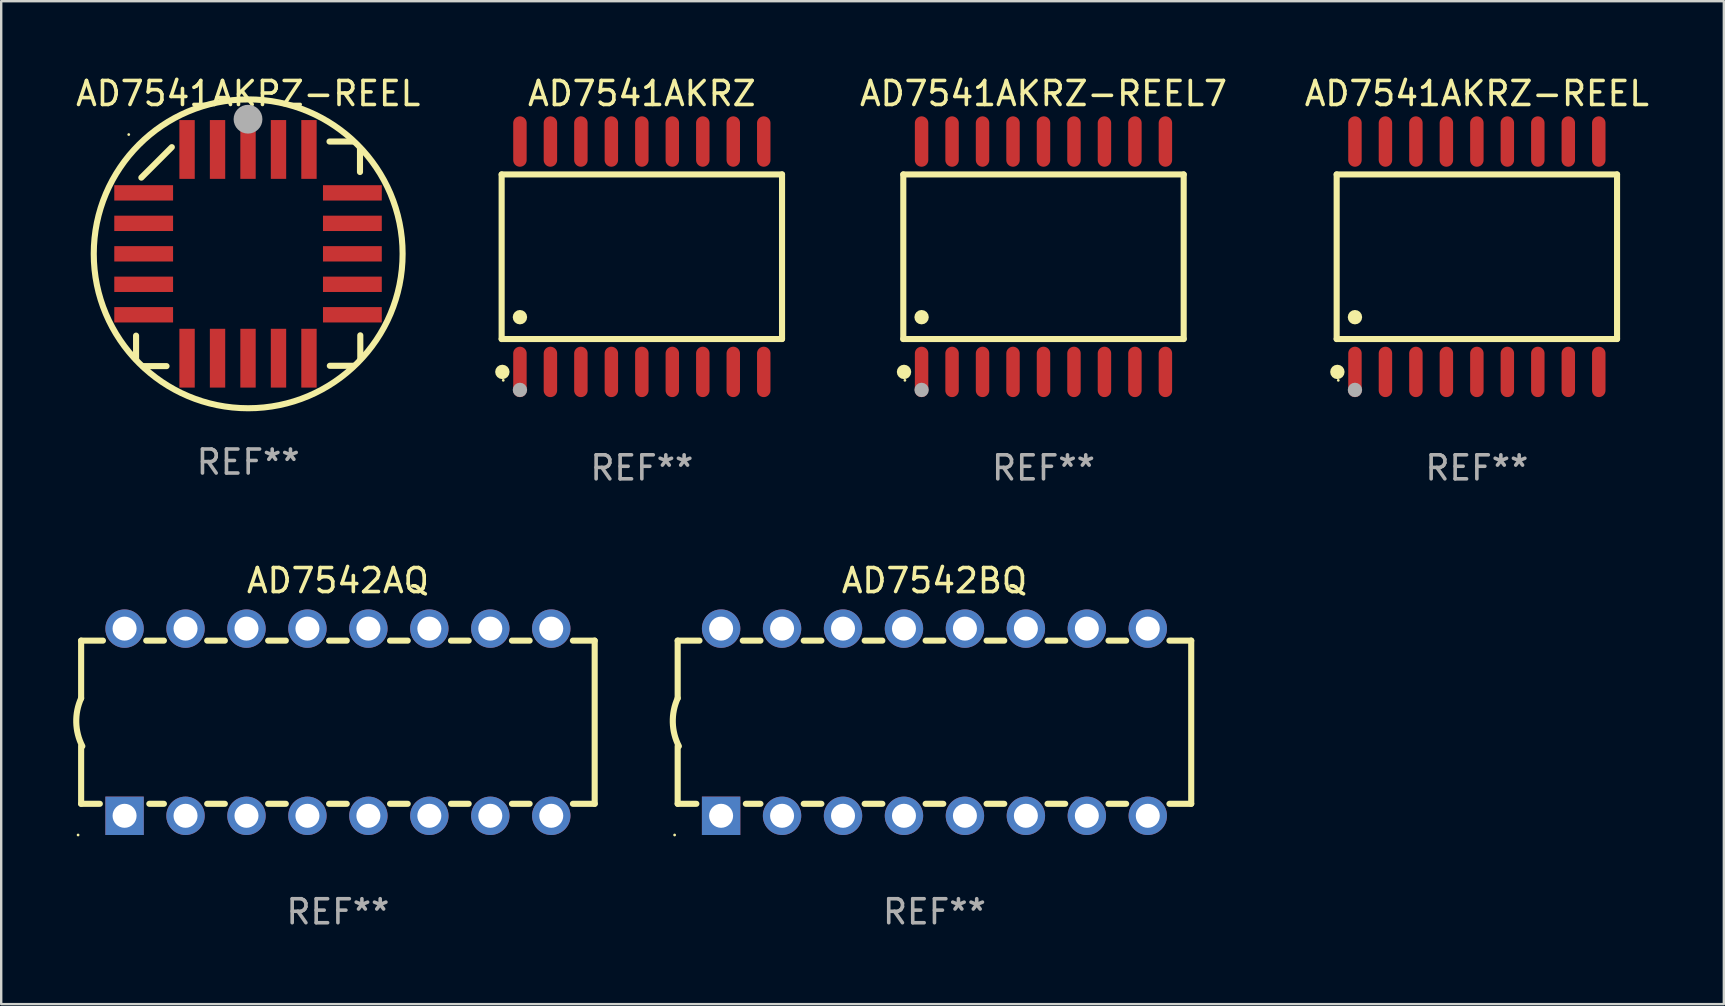
<source format=kicad_pcb>
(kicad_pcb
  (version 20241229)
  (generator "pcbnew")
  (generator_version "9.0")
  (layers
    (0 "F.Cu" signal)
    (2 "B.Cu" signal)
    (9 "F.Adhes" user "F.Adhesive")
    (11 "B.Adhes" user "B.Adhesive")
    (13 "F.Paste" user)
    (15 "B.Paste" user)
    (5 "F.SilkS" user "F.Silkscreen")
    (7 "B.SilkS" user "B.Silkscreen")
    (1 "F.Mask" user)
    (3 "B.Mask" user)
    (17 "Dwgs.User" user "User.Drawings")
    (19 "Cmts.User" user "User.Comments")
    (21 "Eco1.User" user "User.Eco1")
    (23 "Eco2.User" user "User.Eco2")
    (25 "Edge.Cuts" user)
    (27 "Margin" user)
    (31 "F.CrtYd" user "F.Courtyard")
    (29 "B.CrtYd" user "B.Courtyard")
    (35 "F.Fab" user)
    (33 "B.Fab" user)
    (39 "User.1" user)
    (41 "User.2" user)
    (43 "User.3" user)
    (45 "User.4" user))
  (footprint "AD7541AKRZ-REEL"
    (layer "F.Cu")
    (at 58.492 7.648)
    (property "Reference" "AD7541AKRZ-REEL" (at 0 -6.8 0) (layer "F.SilkS") (effects (font (size 1 1) (thickness 0.15))))
    (attr through_hole)
    (fp_line (start -5.842 -3.429) (end -5.842 3.429) (stroke (width 0.254) (type solid)) (layer "F.SilkS"))
    (fp_line (start -5.842 3.429) (end 5.842 3.429) (stroke (width 0.254) (type solid)) (layer "F.SilkS"))
    (fp_line (start 5.842 -3.429) (end -5.842 -3.429) (stroke (width 0.254) (type solid)) (layer "F.SilkS"))
    (fp_line (start 5.842 3.429) (end 5.842 -3.429) (stroke (width 0.254) (type solid)) (layer "F.SilkS"))
    (fp_circle (center -5.812 4.8) (end -5.662 4.8) (stroke (width 0.3) (type solid)) (fill no) (layer "F.SilkS"))
    (fp_circle (center -5.775 5.15) (end -5.745 5.15) (stroke (width 0.06) (type solid)) (fill no) (layer "F.SilkS"))
    (fp_circle (center -5.08 2.519) (end -4.93 2.519) (stroke (width 0.3) (type solid)) (fill no) (layer "F.SilkS"))
    (fp_circle (center -5.08 5.55) (end -4.93 5.55) (stroke (width 0.3) (type solid)) (fill no) (layer "F.Fab"))
    (fp_text user "REF**" (at 0 8.8 0) (layer "F.Fab") (effects (font (size 1 1) (thickness 0.15))))
    (pad "1" smd oval (at -5.08 4.8) (size 0.56 2.1) (layers "F.Cu" "F.Mask" "F.Paste"))
    (pad "2" smd oval (at -3.81 4.8) (size 0.56 2.1) (layers "F.Cu" "F.Mask" "F.Paste"))
    (pad "3" smd oval (at -2.54 4.8) (size 0.56 2.1) (layers "F.Cu" "F.Mask" "F.Paste"))
    (pad "4" smd oval (at -1.27 4.8) (size 0.56 2.1) (layers "F.Cu" "F.Mask" "F.Paste"))
    (pad "5" smd oval (at 0 4.8) (size 0.56 2.1) (layers "F.Cu" "F.Mask" "F.Paste"))
    (pad "6" smd oval (at 1.27 4.8) (size 0.56 2.1) (layers "F.Cu" "F.Mask" "F.Paste"))
    (pad "7" smd oval (at 2.54 4.8) (size 0.56 2.1) (layers "F.Cu" "F.Mask" "F.Paste"))
    (pad "8" smd oval (at 3.81 4.8) (size 0.56 2.1) (layers "F.Cu" "F.Mask" "F.Paste"))
    (pad "9" smd oval (at 5.08 4.8) (size 0.56 2.1) (layers "F.Cu" "F.Mask" "F.Paste"))
    (pad "10" smd oval (at 5.08 -4.8) (size 0.56 2.1) (layers "F.Cu" "F.Mask" "F.Paste"))
    (pad "11" smd oval (at 3.81 -4.8) (size 0.56 2.1) (layers "F.Cu" "F.Mask" "F.Paste"))
    (pad "12" smd oval (at 2.54 -4.8) (size 0.56 2.1) (layers "F.Cu" "F.Mask" "F.Paste"))
    (pad "13" smd oval (at 1.27 -4.8) (size 0.56 2.1) (layers "F.Cu" "F.Mask" "F.Paste"))
    (pad "14" smd oval (at 0 -4.8) (size 0.56 2.1) (layers "F.Cu" "F.Mask" "F.Paste"))
    (pad "15" smd oval (at -1.27 -4.8) (size 0.56 2.1) (layers "F.Cu" "F.Mask" "F.Paste"))
    (pad "16" smd oval (at -2.54 -4.8) (size 0.56 2.1) (layers "F.Cu" "F.Mask" "F.Paste"))
    (pad "17" smd oval (at -3.81 -4.8) (size 0.56 2.1) (layers "F.Cu" "F.Mask" "F.Paste"))
    (pad "18" smd oval (at -5.08 -4.8) (size 0.56 2.1) (layers "F.Cu" "F.Mask" "F.Paste")))
  (footprint "AD7541AKRZ-REEL7"
    (layer "F.Cu")
    (at 40.433 7.648)
    (property "Reference" "AD7541AKRZ-REEL7" (at 0 -6.8 0) (layer "F.SilkS") (effects (font (size 1 1) (thickness 0.15))))
    (attr through_hole)
    (fp_line (start -5.842 -3.429) (end -5.842 3.429) (stroke (width 0.254) (type solid)) (layer "F.SilkS"))
    (fp_line (start -5.842 3.429) (end 5.842 3.429) (stroke (width 0.254) (type solid)) (layer "F.SilkS"))
    (fp_line (start 5.842 -3.429) (end -5.842 -3.429) (stroke (width 0.254) (type solid)) (layer "F.SilkS"))
    (fp_line (start 5.842 3.429) (end 5.842 -3.429) (stroke (width 0.254) (type solid)) (layer "F.SilkS"))
    (fp_circle (center -5.812 4.8) (end -5.662 4.8) (stroke (width 0.3) (type solid)) (fill no) (layer "F.SilkS"))
    (fp_circle (center -5.775 5.15) (end -5.745 5.15) (stroke (width 0.06) (type solid)) (fill no) (layer "F.SilkS"))
    (fp_circle (center -5.08 2.519) (end -4.93 2.519) (stroke (width 0.3) (type solid)) (fill no) (layer "F.SilkS"))
    (fp_circle (center -5.08 5.55) (end -4.93 5.55) (stroke (width 0.3) (type solid)) (fill no) (layer "F.Fab"))
    (fp_text user "REF**" (at 0 8.8 0) (layer "F.Fab") (effects (font (size 1 1) (thickness 0.15))))
    (pad "1" smd oval (at -5.08 4.8) (size 0.56 2.1) (layers "F.Cu" "F.Mask" "F.Paste"))
    (pad "2" smd oval (at -3.81 4.8) (size 0.56 2.1) (layers "F.Cu" "F.Mask" "F.Paste"))
    (pad "3" smd oval (at -2.54 4.8) (size 0.56 2.1) (layers "F.Cu" "F.Mask" "F.Paste"))
    (pad "4" smd oval (at -1.27 4.8) (size 0.56 2.1) (layers "F.Cu" "F.Mask" "F.Paste"))
    (pad "5" smd oval (at 0 4.8) (size 0.56 2.1) (layers "F.Cu" "F.Mask" "F.Paste"))
    (pad "6" smd oval (at 1.27 4.8) (size 0.56 2.1) (layers "F.Cu" "F.Mask" "F.Paste"))
    (pad "7" smd oval (at 2.54 4.8) (size 0.56 2.1) (layers "F.Cu" "F.Mask" "F.Paste"))
    (pad "8" smd oval (at 3.81 4.8) (size 0.56 2.1) (layers "F.Cu" "F.Mask" "F.Paste"))
    (pad "9" smd oval (at 5.08 4.8) (size 0.56 2.1) (layers "F.Cu" "F.Mask" "F.Paste"))
    (pad "10" smd oval (at 5.08 -4.8) (size 0.56 2.1) (layers "F.Cu" "F.Mask" "F.Paste"))
    (pad "11" smd oval (at 3.81 -4.8) (size 0.56 2.1) (layers "F.Cu" "F.Mask" "F.Paste"))
    (pad "12" smd oval (at 2.54 -4.8) (size 0.56 2.1) (layers "F.Cu" "F.Mask" "F.Paste"))
    (pad "13" smd oval (at 1.27 -4.8) (size 0.56 2.1) (layers "F.Cu" "F.Mask" "F.Paste"))
    (pad "14" smd oval (at 0 -4.8) (size 0.56 2.1) (layers "F.Cu" "F.Mask" "F.Paste"))
    (pad "15" smd oval (at -1.27 -4.8) (size 0.56 2.1) (layers "F.Cu" "F.Mask" "F.Paste"))
    (pad "16" smd oval (at -2.54 -4.8) (size 0.56 2.1) (layers "F.Cu" "F.Mask" "F.Paste"))
    (pad "17" smd oval (at -3.81 -4.8) (size 0.56 2.1) (layers "F.Cu" "F.Mask" "F.Paste"))
    (pad "18" smd oval (at -5.08 -4.8) (size 0.56 2.1) (layers "F.Cu" "F.Mask" "F.Paste")))
  (footprint "AD7542BQ"
    (layer "F.Cu")
    (at 35.889 27.045)
    (property "Reference" "AD7542BQ" (at 0 -5.9 0) (layer "F.SilkS") (effects (font (size 1 1) (thickness 0.15))))
    (attr through_hole)
    (fp_line (start -10.7 -3.4) (end -9.791 -3.4) (stroke (width 0.254) (type solid)) (layer "F.SilkS"))
    (fp_line (start -10.7 -0.998) (end -10.7 -3.4) (stroke (width 0.254) (type solid)) (layer "F.SilkS"))
    (fp_line (start -10.7 3.4) (end -10.7 1) (stroke (width 0.254) (type solid)) (layer "F.SilkS"))
    (fp_line (start -10.7 3.4) (end -9.921 3.4) (stroke (width 0.254) (type solid)) (layer "F.SilkS"))
    (fp_line (start -7.988 -3.4) (end -7.251 -3.4) (stroke (width 0.254) (type solid)) (layer "F.SilkS"))
    (fp_line (start -7.859 3.4) (end -7.251 3.4) (stroke (width 0.254) (type solid)) (layer "F.SilkS"))
    (fp_line (start -5.448 -3.4) (end -4.711 -3.4) (stroke (width 0.254) (type solid)) (layer "F.SilkS"))
    (fp_line (start -5.448 3.4) (end -4.711 3.4) (stroke (width 0.254) (type solid)) (layer "F.SilkS"))
    (fp_line (start -2.908 -3.4) (end -2.171 -3.4) (stroke (width 0.254) (type solid)) (layer "F.SilkS"))
    (fp_line (start -2.908 3.4) (end -2.171 3.4) (stroke (width 0.254) (type solid)) (layer "F.SilkS"))
    (fp_line (start -0.368 -3.4) (end 0.369 -3.4) (stroke (width 0.254) (type solid)) (layer "F.SilkS"))
    (fp_line (start -0.368 3.4) (end 0.369 3.4) (stroke (width 0.254) (type solid)) (layer "F.SilkS"))
    (fp_line (start 2.172 -3.4) (end 2.909 -3.4) (stroke (width 0.254) (type solid)) (layer "F.SilkS"))
    (fp_line (start 2.172 3.4) (end 2.909 3.4) (stroke (width 0.254) (type solid)) (layer "F.SilkS"))
    (fp_line (start 4.712 -3.4) (end 5.449 -3.4) (stroke (width 0.254) (type solid)) (layer "F.SilkS"))
    (fp_line (start 4.712 3.4) (end 5.449 3.4) (stroke (width 0.254) (type solid)) (layer "F.SilkS"))
    (fp_line (start 7.252 -3.4) (end 7.989 -3.4) (stroke (width 0.254) (type solid)) (layer "F.SilkS"))
    (fp_line (start 7.252 3.4) (end 7.989 3.4) (stroke (width 0.254) (type solid)) (layer "F.SilkS"))
    (fp_line (start 9.792 -3.4) (end 10.7 -3.4) (stroke (width 0.254) (type solid)) (layer "F.SilkS"))
    (fp_line (start 9.792 3.4) (end 10.7 3.4) (stroke (width 0.254) (type solid)) (layer "F.SilkS"))
    (fp_line (start 10.7 3.4) (end 10.7 -3.4) (stroke (width 0.254) (type solid)) (layer "F.SilkS"))
    (fp_arc (start -10.649962 0.99995) (mid -10.90314 0.005668) (end -10.699975 -1.000025) (stroke (width 0.254001) (type solid)) (layer "F.SilkS"))
    (fp_circle (center -10.827 4.7) (end -10.797 4.7) (stroke (width 0.06) (type solid)) (fill no) (layer "F.SilkS"))
    (fp_text user "REF**" (at 0 7.9 0) (layer "F.Fab") (effects (font (size 1 1) (thickness 0.15))))
    (pad "1" thru_hole rect (at -8.89 3.9 90) (size 1.6 1.6) (drill 1) (layers "*.Cu" "*.Mask"))
    (pad "2" thru_hole circle (at -6.35 3.9) (size 1.6 1.6) (drill 1) (layers "*.Cu" "*.Mask"))
    (pad "3" thru_hole circle (at -3.81 3.9) (size 1.6 1.6) (drill 1) (layers "*.Cu" "*.Mask"))
    (pad "4" thru_hole circle (at -1.27 3.9) (size 1.6 1.6) (drill 1) (layers "*.Cu" "*.Mask"))
    (pad "5" thru_hole circle (at 1.27 3.9) (size 1.6 1.6) (drill 1) (layers "*.Cu" "*.Mask"))
    (pad "6" thru_hole circle (at 3.81 3.9) (size 1.6 1.6) (drill 1) (layers "*.Cu" "*.Mask"))
    (pad "7" thru_hole circle (at 6.35 3.9) (size 1.6 1.6) (drill 1) (layers "*.Cu" "*.Mask"))
    (pad "8" thru_hole circle (at 8.89 3.9) (size 1.6 1.6) (drill 1) (layers "*.Cu" "*.Mask"))
    (pad "9" thru_hole circle (at 8.89 -3.9) (size 1.6 1.6) (drill 1) (layers "*.Cu" "*.Mask"))
    (pad "10" thru_hole circle (at 6.35 -3.9) (size 1.6 1.6) (drill 1) (layers "*.Cu" "*.Mask"))
    (pad "11" thru_hole circle (at 3.81 -3.9) (size 1.6 1.6) (drill 1) (layers "*.Cu" "*.Mask"))
    (pad "12" thru_hole circle (at 1.27 -3.9) (size 1.6 1.6) (drill 1) (layers "*.Cu" "*.Mask"))
    (pad "13" thru_hole circle (at -1.27 -3.9) (size 1.6 1.6) (drill 1) (layers "*.Cu" "*.Mask"))
    (pad "14" thru_hole circle (at -3.81 -3.9) (size 1.6 1.6) (drill 1) (layers "*.Cu" "*.Mask"))
    (pad "15" thru_hole circle (at -6.35 -3.9) (size 1.6 1.6) (drill 1) (layers "*.Cu" "*.Mask"))
    (pad "16" thru_hole circle (at -8.89 -3.9) (size 1.6 1.6) (drill 1) (layers "*.Cu" "*.Mask")))
  (footprint "AD7542AQ"
    (layer "F.Cu")
    (at 11.031 27.045)
    (property "Reference" "AD7542AQ" (at 0 -5.9 0) (layer "F.SilkS") (effects (font (size 1 1) (thickness 0.15))))
    (attr through_hole)
    (fp_line (start -10.7 -3.4) (end -9.791 -3.4) (stroke (width 0.254) (type solid)) (layer "F.SilkS"))
    (fp_line (start -10.7 -0.998) (end -10.7 -3.4) (stroke (width 0.254) (type solid)) (layer "F.SilkS"))
    (fp_line (start -10.7 3.4) (end -10.7 1) (stroke (width 0.254) (type solid)) (layer "F.SilkS"))
    (fp_line (start -10.7 3.4) (end -9.921 3.4) (stroke (width 0.254) (type solid)) (layer "F.SilkS"))
    (fp_line (start -7.988 -3.4) (end -7.251 -3.4) (stroke (width 0.254) (type solid)) (layer "F.SilkS"))
    (fp_line (start -7.859 3.4) (end -7.251 3.4) (stroke (width 0.254) (type solid)) (layer "F.SilkS"))
    (fp_line (start -5.448 -3.4) (end -4.711 -3.4) (stroke (width 0.254) (type solid)) (layer "F.SilkS"))
    (fp_line (start -5.448 3.4) (end -4.711 3.4) (stroke (width 0.254) (type solid)) (layer "F.SilkS"))
    (fp_line (start -2.908 -3.4) (end -2.171 -3.4) (stroke (width 0.254) (type solid)) (layer "F.SilkS"))
    (fp_line (start -2.908 3.4) (end -2.171 3.4) (stroke (width 0.254) (type solid)) (layer "F.SilkS"))
    (fp_line (start -0.368 -3.4) (end 0.369 -3.4) (stroke (width 0.254) (type solid)) (layer "F.SilkS"))
    (fp_line (start -0.368 3.4) (end 0.369 3.4) (stroke (width 0.254) (type solid)) (layer "F.SilkS"))
    (fp_line (start 2.172 -3.4) (end 2.909 -3.4) (stroke (width 0.254) (type solid)) (layer "F.SilkS"))
    (fp_line (start 2.172 3.4) (end 2.909 3.4) (stroke (width 0.254) (type solid)) (layer "F.SilkS"))
    (fp_line (start 4.712 -3.4) (end 5.449 -3.4) (stroke (width 0.254) (type solid)) (layer "F.SilkS"))
    (fp_line (start 4.712 3.4) (end 5.449 3.4) (stroke (width 0.254) (type solid)) (layer "F.SilkS"))
    (fp_line (start 7.252 -3.4) (end 7.989 -3.4) (stroke (width 0.254) (type solid)) (layer "F.SilkS"))
    (fp_line (start 7.252 3.4) (end 7.989 3.4) (stroke (width 0.254) (type solid)) (layer "F.SilkS"))
    (fp_line (start 9.792 -3.4) (end 10.7 -3.4) (stroke (width 0.254) (type solid)) (layer "F.SilkS"))
    (fp_line (start 9.792 3.4) (end 10.7 3.4) (stroke (width 0.254) (type solid)) (layer "F.SilkS"))
    (fp_line (start 10.7 3.4) (end 10.7 -3.4) (stroke (width 0.254) (type solid)) (layer "F.SilkS"))
    (fp_arc (start -10.649962 0.99995) (mid -10.90314 0.005668) (end -10.699975 -1.000025) (stroke (width 0.254001) (type solid)) (layer "F.SilkS"))
    (fp_circle (center -10.827 4.7) (end -10.797 4.7) (stroke (width 0.06) (type solid)) (fill no) (layer "F.SilkS"))
    (fp_text user "REF**" (at 0 7.9 0) (layer "F.Fab") (effects (font (size 1 1) (thickness 0.15))))
    (pad "1" thru_hole rect (at -8.89 3.9 90) (size 1.6 1.6) (drill 1) (layers "*.Cu" "*.Mask"))
    (pad "2" thru_hole circle (at -6.35 3.9) (size 1.6 1.6) (drill 1) (layers "*.Cu" "*.Mask"))
    (pad "3" thru_hole circle (at -3.81 3.9) (size 1.6 1.6) (drill 1) (layers "*.Cu" "*.Mask"))
    (pad "4" thru_hole circle (at -1.27 3.9) (size 1.6 1.6) (drill 1) (layers "*.Cu" "*.Mask"))
    (pad "5" thru_hole circle (at 1.27 3.9) (size 1.6 1.6) (drill 1) (layers "*.Cu" "*.Mask"))
    (pad "6" thru_hole circle (at 3.81 3.9) (size 1.6 1.6) (drill 1) (layers "*.Cu" "*.Mask"))
    (pad "7" thru_hole circle (at 6.35 3.9) (size 1.6 1.6) (drill 1) (layers "*.Cu" "*.Mask"))
    (pad "8" thru_hole circle (at 8.89 3.9) (size 1.6 1.6) (drill 1) (layers "*.Cu" "*.Mask"))
    (pad "9" thru_hole circle (at 8.89 -3.9) (size 1.6 1.6) (drill 1) (layers "*.Cu" "*.Mask"))
    (pad "10" thru_hole circle (at 6.35 -3.9) (size 1.6 1.6) (drill 1) (layers "*.Cu" "*.Mask"))
    (pad "11" thru_hole circle (at 3.81 -3.9) (size 1.6 1.6) (drill 1) (layers "*.Cu" "*.Mask"))
    (pad "12" thru_hole circle (at 1.27 -3.9) (size 1.6 1.6) (drill 1) (layers "*.Cu" "*.Mask"))
    (pad "13" thru_hole circle (at -1.27 -3.9) (size 1.6 1.6) (drill 1) (layers "*.Cu" "*.Mask"))
    (pad "14" thru_hole circle (at -3.81 -3.9) (size 1.6 1.6) (drill 1) (layers "*.Cu" "*.Mask"))
    (pad "15" thru_hole circle (at -6.35 -3.9) (size 1.6 1.6) (drill 1) (layers "*.Cu" "*.Mask"))
    (pad "16" thru_hole circle (at -8.89 -3.9) (size 1.6 1.6) (drill 1) (layers "*.Cu" "*.Mask")))
  (footprint "AD7541AKPZ-REEL"
    (layer "F.Cu")
    (at 7.292 7.527)
    (property "Reference" "AD7541AKPZ-REEL" (at 0 -6.679 0) (layer "F.SilkS") (effects (font (size 1 1) (thickness 0.15))))
    (attr through_hole)
    (fp_line (start -4.672 4.4) (end -4.672 3.409) (stroke (width 0.254) (type solid)) (layer "F.SilkS"))
    (fp_line (start -4.452 -3.175) (end -3.182 -4.445) (stroke (width 0.254) (type solid)) (layer "F.SilkS"))
    (fp_line (start -4.393 4.679) (end -3.402 4.679) (stroke (width 0.254) (type solid)) (layer "F.SilkS"))
    (fp_line (start 4.379 -4.679) (end 3.389 -4.679) (stroke (width 0.254) (type solid)) (layer "F.SilkS"))
    (fp_line (start 4.393 4.666) (end 3.402 4.666) (stroke (width 0.254) (type solid)) (layer "F.SilkS"))
    (fp_line (start 4.659 -4.4) (end 4.659 -3.409) (stroke (width 0.254) (type solid)) (layer "F.SilkS"))
    (fp_line (start 4.672 4.386) (end 4.672 3.396) (stroke (width 0.254) (type solid)) (layer "F.SilkS"))
    (fp_arc (start -4.672276 4.424968) (mid 4.672254 -4.424946) (end -4.672276 4.424968) (stroke (width 0.254001) (type solid)) (layer "F.SilkS"))
    (fp_arc (start 0.089827 -5.759969) (mid 0.097662 -5.803742) (end 0.120307 -5.842012) (stroke (width 0.249936) (type solid)) (layer "F.SilkS"))
    (fp_circle (center -4.977 -4.97) (end -4.947 -4.97) (stroke (width 0.06) (type solid)) (fill no) (layer "F.SilkS"))
    (fp_circle (center -0.007 -5.61) (end 0.293 -5.61) (stroke (width 0.6) (type solid)) (fill no) (layer "F.Fab"))
    (fp_text user "REF**" (at 0 8.679 0) (layer "F.Fab") (effects (font (size 1 1) (thickness 0.15))))
    (pad "1" smd rect (at -0.007 -4.349) (size 0.64 2.45) (layers "F.Cu" "F.Mask" "F.Paste"))
    (pad "2" smd rect (at -1.277 -4.349) (size 0.64 2.45) (layers "F.Cu" "F.Mask" "F.Paste"))
    (pad "3" smd rect (at -2.547 -4.348) (size 0.64 2.45) (layers "F.Cu" "F.Mask" "F.Paste"))
    (pad "4" smd rect (at -4.355 -2.54) (size 2.45 0.64) (layers "F.Cu" "F.Mask" "F.Paste"))
    (pad "5" smd rect (at -4.355 -1.27) (size 2.45 0.64) (layers "F.Cu" "F.Mask" "F.Paste"))
    (pad "6" smd rect (at -4.355 0) (size 2.45 0.64) (layers "F.Cu" "F.Mask" "F.Paste"))
    (pad "7" smd rect (at -4.355 1.27) (size 2.45 0.64) (layers "F.Cu" "F.Mask" "F.Paste"))
    (pad "8" smd rect (at -4.355 2.54) (size 2.45 0.64) (layers "F.Cu" "F.Mask" "F.Paste"))
    (pad "9" smd rect (at -2.547 4.349) (size 0.64 2.45) (layers "F.Cu" "F.Mask" "F.Paste"))
    (pad "10" smd rect (at -1.277 4.349) (size 0.64 2.45) (layers "F.Cu" "F.Mask" "F.Paste"))
    (pad "11" smd rect (at -0.007 4.349) (size 0.64 2.45) (layers "F.Cu" "F.Mask" "F.Paste"))
    (pad "12" smd rect (at 1.263 4.349) (size 0.64 2.45) (layers "F.Cu" "F.Mask" "F.Paste"))
    (pad "13" smd rect (at 2.533 4.349) (size 0.64 2.45) (layers "F.Cu" "F.Mask" "F.Paste"))
    (pad "14" smd rect (at 4.342 2.54) (size 2.45 0.64) (layers "F.Cu" "F.Mask" "F.Paste"))
    (pad "15" smd rect (at 4.342 1.27) (size 2.45 0.64) (layers "F.Cu" "F.Mask" "F.Paste"))
    (pad "16" smd rect (at 4.342 0) (size 2.45 0.64) (layers "F.Cu" "F.Mask" "F.Paste"))
    (pad "17" smd rect (at 4.342 -1.27) (size 2.45 0.64) (layers "F.Cu" "F.Mask" "F.Paste"))
    (pad "18" smd rect (at 4.342 -2.54) (size 2.45 0.64) (layers "F.Cu" "F.Mask" "F.Paste"))
    (pad "19" smd rect (at 2.533 -4.349) (size 0.64 2.45) (layers "F.Cu" "F.Mask" "F.Paste"))
    (pad "20" smd rect (at 1.263 -4.349) (size 0.64 2.45) (layers "F.Cu" "F.Mask" "F.Paste")))
  (footprint "AD7541AKRZ"
    (layer "F.Cu")
    (at 23.696 7.648)
    (property "Reference" "AD7541AKRZ" (at 0 -6.8 0) (layer "F.SilkS") (effects (font (size 1 1) (thickness 0.15))))
    (attr through_hole)
    (fp_line (start -5.842 -3.429) (end -5.842 3.429) (stroke (width 0.254) (type solid)) (layer "F.SilkS"))
    (fp_line (start -5.842 3.429) (end 5.842 3.429) (stroke (width 0.254) (type solid)) (layer "F.SilkS"))
    (fp_line (start 5.842 -3.429) (end -5.842 -3.429) (stroke (width 0.254) (type solid)) (layer "F.SilkS"))
    (fp_line (start 5.842 3.429) (end 5.842 -3.429) (stroke (width 0.254) (type solid)) (layer "F.SilkS"))
    (fp_circle (center -5.812 4.8) (end -5.662 4.8) (stroke (width 0.3) (type solid)) (fill no) (layer "F.SilkS"))
    (fp_circle (center -5.775 5.15) (end -5.745 5.15) (stroke (width 0.06) (type solid)) (fill no) (layer "F.SilkS"))
    (fp_circle (center -5.08 2.519) (end -4.93 2.519) (stroke (width 0.3) (type solid)) (fill no) (layer "F.SilkS"))
    (fp_circle (center -5.08 5.55) (end -4.93 5.55) (stroke (width 0.3) (type solid)) (fill no) (layer "F.Fab"))
    (fp_text user "REF**" (at 0 8.8 0) (layer "F.Fab") (effects (font (size 1 1) (thickness 0.15))))
    (pad "1" smd oval (at -5.08 4.8) (size 0.56 2.1) (layers "F.Cu" "F.Mask" "F.Paste"))
    (pad "2" smd oval (at -3.81 4.8) (size 0.56 2.1) (layers "F.Cu" "F.Mask" "F.Paste"))
    (pad "3" smd oval (at -2.54 4.8) (size 0.56 2.1) (layers "F.Cu" "F.Mask" "F.Paste"))
    (pad "4" smd oval (at -1.27 4.8) (size 0.56 2.1) (layers "F.Cu" "F.Mask" "F.Paste"))
    (pad "5" smd oval (at 0 4.8) (size 0.56 2.1) (layers "F.Cu" "F.Mask" "F.Paste"))
    (pad "6" smd oval (at 1.27 4.8) (size 0.56 2.1) (layers "F.Cu" "F.Mask" "F.Paste"))
    (pad "7" smd oval (at 2.54 4.8) (size 0.56 2.1) (layers "F.Cu" "F.Mask" "F.Paste"))
    (pad "8" smd oval (at 3.81 4.8) (size 0.56 2.1) (layers "F.Cu" "F.Mask" "F.Paste"))
    (pad "9" smd oval (at 5.08 4.8) (size 0.56 2.1) (layers "F.Cu" "F.Mask" "F.Paste"))
    (pad "10" smd oval (at 5.08 -4.8) (size 0.56 2.1) (layers "F.Cu" "F.Mask" "F.Paste"))
    (pad "11" smd oval (at 3.81 -4.8) (size 0.56 2.1) (layers "F.Cu" "F.Mask" "F.Paste"))
    (pad "12" smd oval (at 2.54 -4.8) (size 0.56 2.1) (layers "F.Cu" "F.Mask" "F.Paste"))
    (pad "13" smd oval (at 1.27 -4.8) (size 0.56 2.1) (layers "F.Cu" "F.Mask" "F.Paste"))
    (pad "14" smd oval (at 0 -4.8) (size 0.56 2.1) (layers "F.Cu" "F.Mask" "F.Paste"))
    (pad "15" smd oval (at -1.27 -4.8) (size 0.56 2.1) (layers "F.Cu" "F.Mask" "F.Paste"))
    (pad "16" smd oval (at -2.54 -4.8) (size 0.56 2.1) (layers "F.Cu" "F.Mask" "F.Paste"))
    (pad "17" smd oval (at -3.81 -4.8) (size 0.56 2.1) (layers "F.Cu" "F.Mask" "F.Paste"))
    (pad "18" smd oval (at -5.08 -4.8) (size 0.56 2.1) (layers "F.Cu" "F.Mask" "F.Paste")))
  (gr_rect
    (start -3 -3)
    (end 68.784 38.793)
    (stroke (width 0.1) (type default))
    (fill no)
    (layer "Edge.Cuts")))
</source>
